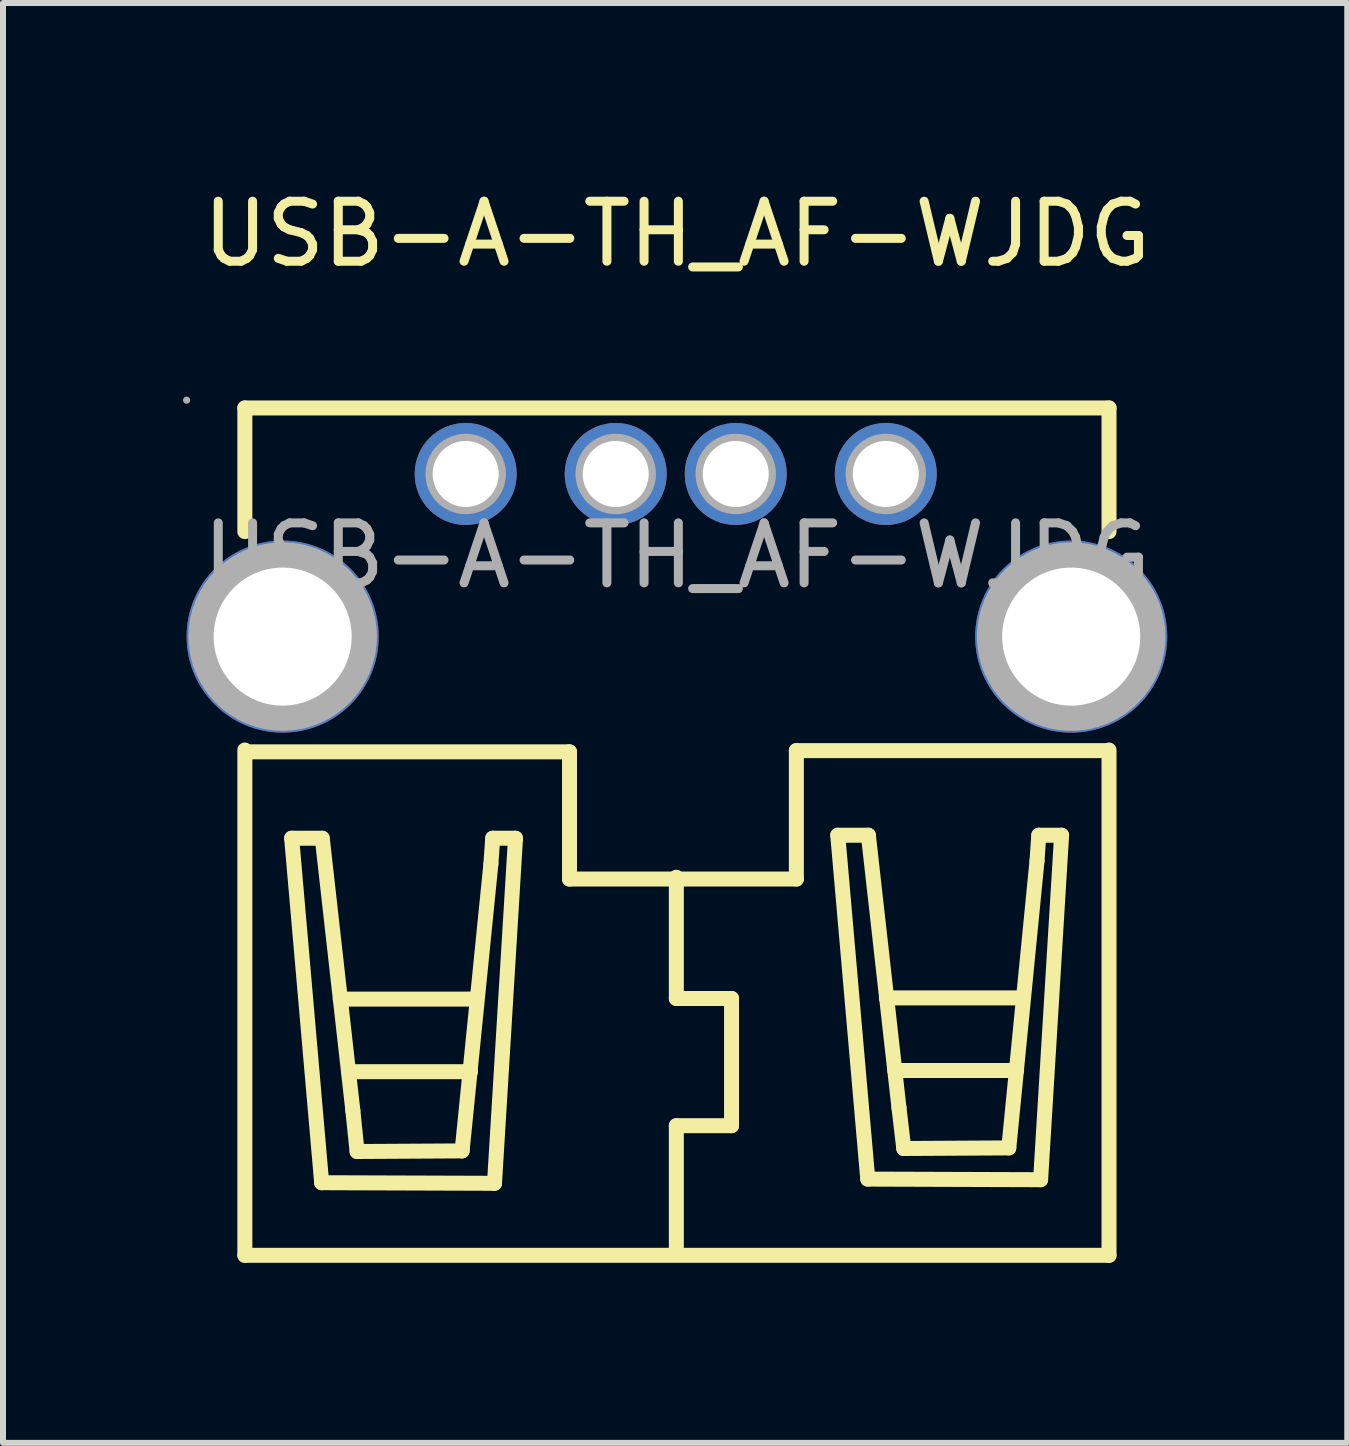
<source format=kicad_pcb>
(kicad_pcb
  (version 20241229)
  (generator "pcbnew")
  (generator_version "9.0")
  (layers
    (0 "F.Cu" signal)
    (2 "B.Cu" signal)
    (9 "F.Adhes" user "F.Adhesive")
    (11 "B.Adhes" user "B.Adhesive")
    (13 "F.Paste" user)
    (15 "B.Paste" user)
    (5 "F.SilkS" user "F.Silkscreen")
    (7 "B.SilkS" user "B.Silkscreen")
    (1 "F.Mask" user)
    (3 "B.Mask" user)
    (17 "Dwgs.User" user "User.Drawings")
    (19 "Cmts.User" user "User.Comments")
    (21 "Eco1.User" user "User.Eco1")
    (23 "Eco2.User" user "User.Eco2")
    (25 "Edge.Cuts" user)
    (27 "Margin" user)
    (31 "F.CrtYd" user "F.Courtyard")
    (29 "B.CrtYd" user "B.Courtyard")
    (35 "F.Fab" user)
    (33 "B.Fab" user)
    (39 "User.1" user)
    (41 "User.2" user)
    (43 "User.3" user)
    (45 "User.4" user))
  (footprint "USB-A-TH_AF-WJDG"
    (layer "F.Cu")
    (at 8.23 6.208)
    (property "Reference" "USB-A-TH_AF-WJDG" (at 0 -5.36 0) (layer "F.SilkS") (effects (font (size 1 1) (thickness 0.15))))
    (attr through_hole)
    (fp_line (start -7.2 -2.46) (end -7.2 -0.4) (stroke (width 0.25) (type solid)) (layer "F.SilkS"))
    (fp_line (start -7.2 -2.46) (end 7.2 -2.46) (stroke (width 0.25) (type solid)) (layer "F.SilkS"))
    (fp_line (start -7.2 3.24) (end -7.2 11.66) (stroke (width 0.25) (type solid)) (layer "F.SilkS"))
    (fp_line (start -7.2 11.66) (end 7.2 11.66) (stroke (width 0.25) (type solid)) (layer "F.SilkS"))
    (fp_line (start -6.42 4.71) (end -5.91 4.71) (stroke (width 0.25) (type solid)) (layer "F.SilkS"))
    (fp_line (start -5.92 10.45) (end -6.42 4.71) (stroke (width 0.25) (type solid)) (layer "F.SilkS"))
    (fp_line (start -5.91 4.71) (end -5.4 9.25) (stroke (width 0.25) (type solid)) (layer "F.SilkS"))
    (fp_line (start -5.61 7.39) (end -3.35 7.39) (stroke (width 0.25) (type solid)) (layer "F.SilkS"))
    (fp_line (start -5.47 8.6) (end -3.44 8.6) (stroke (width 0.25) (type solid)) (layer "F.SilkS"))
    (fp_line (start -5.4 9.25) (end -5.33 9.93) (stroke (width 0.25) (type solid)) (layer "F.SilkS"))
    (fp_line (start -5.33 9.93) (end -3.58 9.92) (stroke (width 0.25) (type solid)) (layer "F.SilkS"))
    (fp_line (start -3.58 9.92) (end -3.1 5.14) (stroke (width 0.25) (type solid)) (layer "F.SilkS"))
    (fp_line (start -3.1 5.14) (end -3.07 4.71) (stroke (width 0.25) (type solid)) (layer "F.SilkS"))
    (fp_line (start -3.07 4.71) (end -2.69 4.71) (stroke (width 0.25) (type solid)) (layer "F.SilkS"))
    (fp_line (start -3.04 10.46) (end -5.92 10.45) (stroke (width 0.25) (type solid)) (layer "F.SilkS"))
    (fp_line (start -2.69 4.71) (end -3.04 10.46) (stroke (width 0.25) (type solid)) (layer "F.SilkS"))
    (fp_line (start -1.79 3.27) (end -7.19 3.27) (stroke (width 0.25) (type solid)) (layer "F.SilkS"))
    (fp_line (start -1.79 5.39) (end -1.79 3.27) (stroke (width 0.25) (type solid)) (layer "F.SilkS"))
    (fp_line (start -0.01 5.36) (end -0.01 7.38) (stroke (width 0.25) (type solid)) (layer "F.SilkS"))
    (fp_line (start -0.01 7.38) (end 0.91 7.38) (stroke (width 0.25) (type solid)) (layer "F.SilkS"))
    (fp_line (start -0.01 9.5) (end -0.01 11.53) (stroke (width 0.25) (type solid)) (layer "F.SilkS"))
    (fp_line (start 0.91 7.38) (end 0.91 9.5) (stroke (width 0.25) (type solid)) (layer "F.SilkS"))
    (fp_line (start 0.91 9.5) (end -0.01 9.5) (stroke (width 0.25) (type solid)) (layer "F.SilkS"))
    (fp_line (start 1.99 3.25) (end 1.99 5.39) (stroke (width 0.25) (type solid)) (layer "F.SilkS"))
    (fp_line (start 1.99 5.39) (end -1.79 5.39) (stroke (width 0.25) (type solid)) (layer "F.SilkS"))
    (fp_line (start 2.68 4.66) (end 3.19 4.66) (stroke (width 0.25) (type solid)) (layer "F.SilkS"))
    (fp_line (start 3.18 10.39) (end 2.68 4.66) (stroke (width 0.25) (type solid)) (layer "F.SilkS"))
    (fp_line (start 3.19 4.66) (end 3.7 9.2) (stroke (width 0.25) (type solid)) (layer "F.SilkS"))
    (fp_line (start 3.49 7.37) (end 5.75 7.37) (stroke (width 0.25) (type solid)) (layer "F.SilkS"))
    (fp_line (start 3.63 8.58) (end 5.66 8.58) (stroke (width 0.25) (type solid)) (layer "F.SilkS"))
    (fp_line (start 3.7 9.2) (end 3.78 9.88) (stroke (width 0.25) (type solid)) (layer "F.SilkS"))
    (fp_line (start 3.78 9.88) (end 5.53 9.87) (stroke (width 0.25) (type solid)) (layer "F.SilkS"))
    (fp_line (start 5.53 9.87) (end 6 5.09) (stroke (width 0.25) (type solid)) (layer "F.SilkS"))
    (fp_line (start 6 5.09) (end 6.03 4.66) (stroke (width 0.25) (type solid)) (layer "F.SilkS"))
    (fp_line (start 6.03 4.66) (end 6.41 4.66) (stroke (width 0.25) (type solid)) (layer "F.SilkS"))
    (fp_line (start 6.06 10.4) (end 3.18 10.39) (stroke (width 0.25) (type solid)) (layer "F.SilkS"))
    (fp_line (start 6.41 4.66) (end 6.06 10.4) (stroke (width 0.25) (type solid)) (layer "F.SilkS"))
    (fp_line (start 7.19 3.25) (end 1.99 3.25) (stroke (width 0.25) (type solid)) (layer "F.SilkS"))
    (fp_line (start 7.2 -2.46) (end 7.2 -0.4) (stroke (width 0.25) (type solid)) (layer "F.SilkS"))
    (fp_line (start 7.2 3.24) (end 7.2 11.66) (stroke (width 0.25) (type solid)) (layer "F.SilkS"))
    (fp_circle (center -8.17 -2.59) (end -8.14 -2.59) (stroke (width 0.06) (type solid)) (fill no) (layer "F.Fab"))
    (fp_circle (center -6.57 1.35) (end -6.05 1.35) (stroke (width 1.05) (type solid)) (fill no) (layer "F.Fab"))
    (fp_circle (center -3.52 -1.36) (end -3.3 -1.36) (stroke (width 0.45) (type solid)) (fill no) (layer "F.Fab"))
    (fp_circle (center -1.02 -1.36) (end -0.8 -1.36) (stroke (width 0.45) (type solid)) (fill no) (layer "F.Fab"))
    (fp_circle (center 0.98 -1.36) (end 1.2 -1.36) (stroke (width 0.45) (type solid)) (fill no) (layer "F.Fab"))
    (fp_circle (center 3.48 -1.36) (end 3.7 -1.36) (stroke (width 0.45) (type solid)) (fill no) (layer "F.Fab"))
    (fp_circle (center 6.57 1.35) (end 7.09 1.35) (stroke (width 1.05) (type solid)) (fill no) (layer "F.Fab"))
    (fp_text user "${REFERENCE}" (at 0 0 0) (layer "F.Fab") (effects (font (size 1 1) (thickness 0.15))))
    (pad "1" thru_hole circle (at -3.52 -1.36 270) (size 1.7 1.7) (drill 1.1) (layers "*.Cu" "*.Mask"))
    (pad "2" thru_hole circle (at -1.02 -1.36 270) (size 1.7 1.7) (drill 1.1) (layers "*.Cu" "*.Mask"))
    (pad "3" thru_hole circle (at 0.98 -1.36 270) (size 1.7 1.7) (drill 1.1) (layers "*.Cu" "*.Mask"))
    (pad "4" thru_hole circle (at 3.48 -1.36 270) (size 1.7 1.7) (drill 1.1) (layers "*.Cu" "*.Mask"))
    (pad "5" thru_hole circle (at -6.57 1.35 90) (size 3.2 3.2) (drill 2.3) (layers "*.Cu" "*.Mask"))
    (pad "5" thru_hole circle (at 6.57 1.35 90) (size 3.2 3.2) (drill 2.3) (layers "*.Cu" "*.Mask")))
  (gr_rect
    (start -3 -3)
    (end 19.4 20.993)
    (stroke (width 0.1) (type default))
    (fill no)
    (layer "Edge.Cuts")))
</source>
